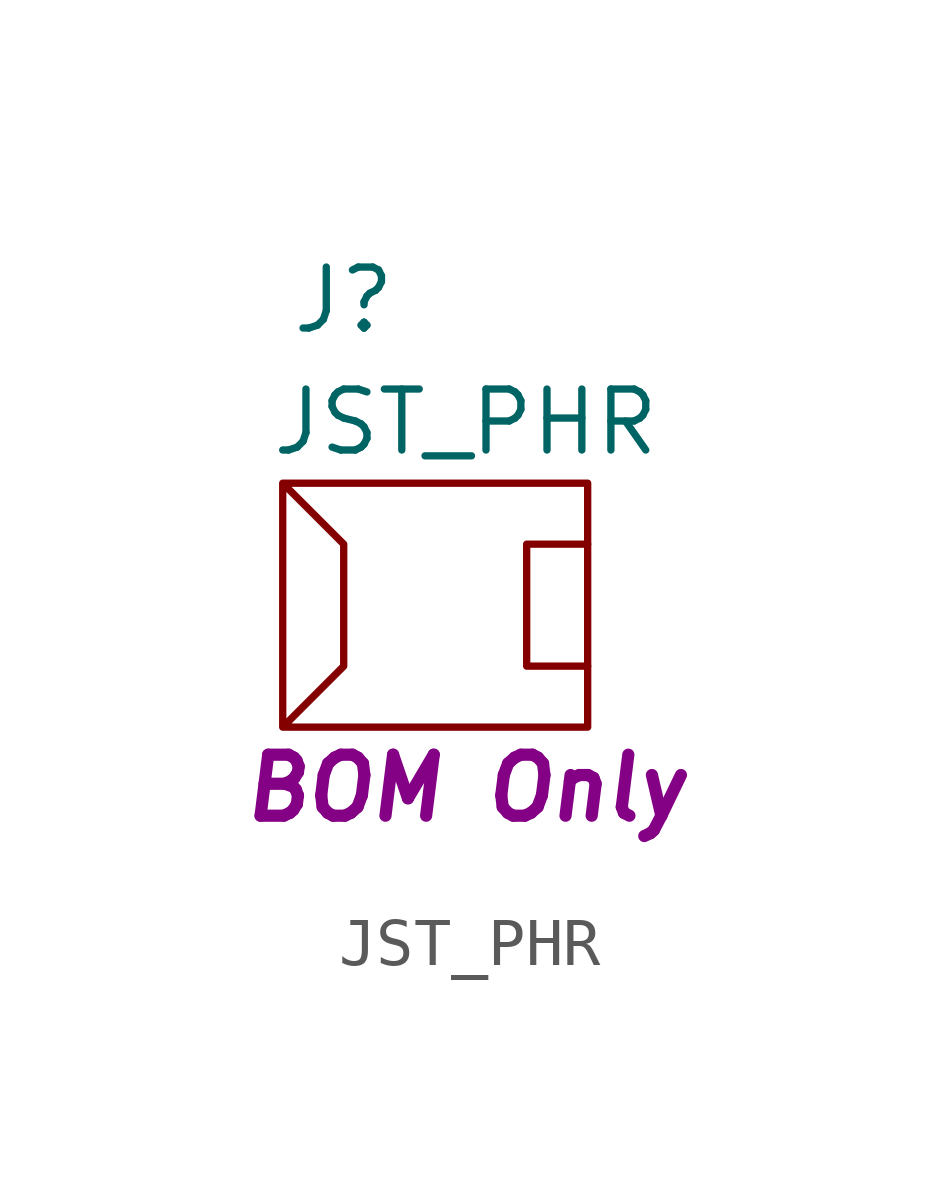
<source format=kicad_sym>
(kicad_symbol_lib
  (version 20211014)
  (generator kicad_symbol_editor)
  (symbol "JST_PHR"
    (pin_names
      (offset 1.016) hide)
    (property "Reference" "J"
      (at -1.27 6.35 0)
      (effects (font (size 1.27 1.27))))
    (property "Value" "JST_PHR"
      (at 1.27 3.81 0)
      (effects (font (size 1.27 1.27))))
    (property "BOM_Only" "BOM Only"
      (at 1.27 -3.81 0)
      (effects (font (size 1.27 1.27) bold italic)))
    (symbol "JST_PHR_0_1"
      (polyline (pts (xy 3.81 -1.27) (xy 2.54 -1.27) (xy 2.54 1.27) (xy 3.81 1.27)) (stroke (width 0) (type default) (color 0 0 0 0)) (fill (type none)))
      (polyline (pts (xy -2.54 2.54) (xy 3.81 2.54) (xy 3.81 -2.54) (xy -2.54 -2.54) (xy -2.54 2.54) (xy -1.27 1.27) (xy -1.27 -1.27) (xy -2.54 -2.54)) (stroke (width 0) (type default) (color 0 0 0 0)) (fill (type none))))))
</source>
